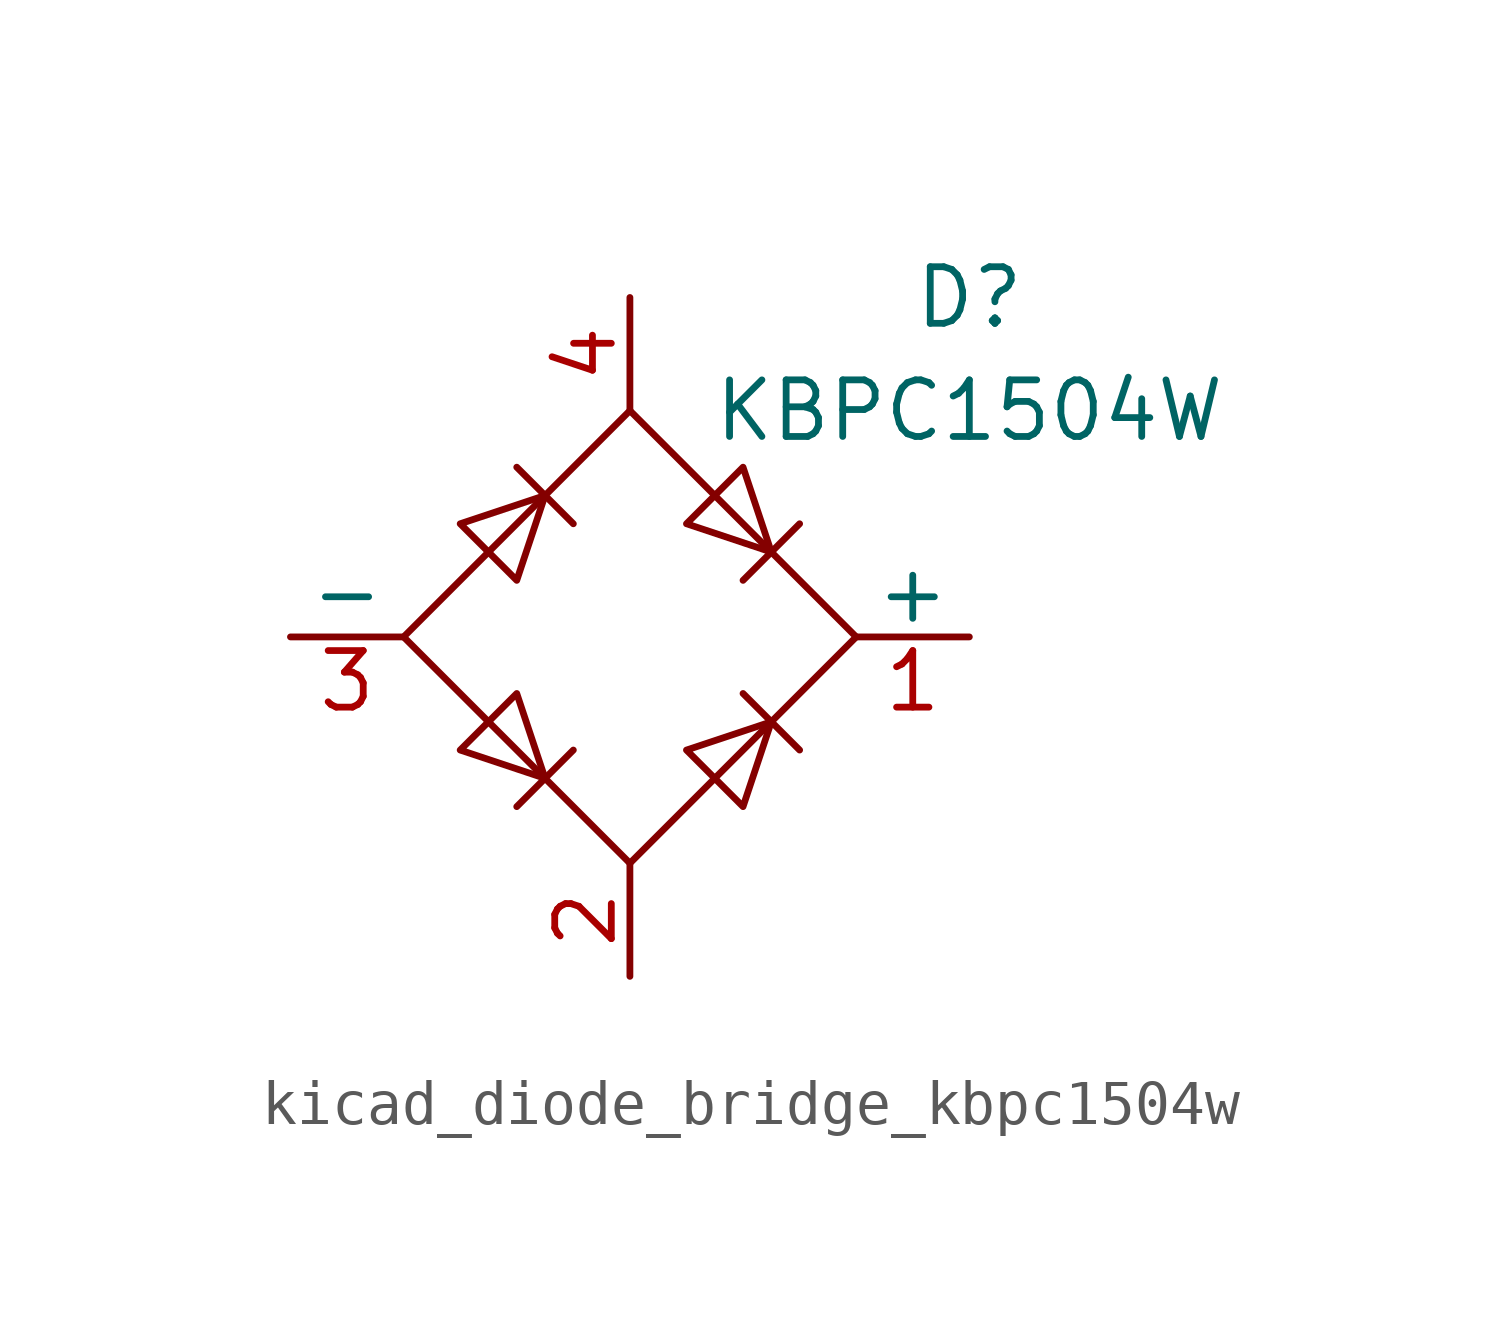
<source format=kicad_sym>
(kicad_symbol_lib
  (version 20220914)
  (generator kicad_symbol_editor)
  (symbol "kicad_diode_bridge_kbpc1504w"
    (pin_names
      (offset 0))
    (property "Reference" "D"
      (at 7.62 7.62 0)
      (effects (font (size 1.27 1.27))))
    (property "Value" "KBPC1504W"
      (at 7.62 5.08 0)
      (effects (font (size 1.27 1.27))))
    (symbol "kicad_diode_bridge_kbpc1504w_0_1"
      (polyline (pts (xy -2.54 3.81) (xy -1.27 2.54)) (stroke (width 0) (type default)) (fill (type none)))
      (polyline (pts (xy -1.27 -2.54) (xy -2.54 -3.81)) (stroke (width 0) (type default)) (fill (type none)))
      (polyline (pts (xy 2.54 -1.27) (xy 3.81 -2.54)) (stroke (width 0) (type default)) (fill (type none)))
      (polyline (pts (xy 2.54 1.27) (xy 3.81 2.54)) (stroke (width 0) (type default)) (fill (type none)))
      (polyline (pts (xy -3.81 2.54) (xy -2.54 1.27) (xy -1.905 3.175) (xy -3.81 2.54)) (stroke (width 0) (type default)) (fill (type none)))
      (polyline (pts (xy -2.54 -1.27) (xy -3.81 -2.54) (xy -1.905 -3.175) (xy -2.54 -1.27)) (stroke (width 0) (type default)) (fill (type none)))
      (polyline (pts (xy 1.27 2.54) (xy 2.54 3.81) (xy 3.175 1.905) (xy 1.27 2.54)) (stroke (width 0) (type default)) (fill (type none)))
      (polyline (pts (xy 3.175 -1.905) (xy 1.27 -2.54) (xy 2.54 -3.81) (xy 3.175 -1.905)) (stroke (width 0) (type default)) (fill (type none)))
      (polyline (pts (xy -5.08 0) (xy 0 -5.08) (xy 5.08 0) (xy 0 5.08) (xy -5.08 0)) (stroke (width 0) (type default)) (fill (type none))))
    (symbol "kicad_diode_bridge_kbpc1504w_1_1"
      (pin passive line (at 7.62 0 180) (length 2.54) (name "+" (effects (font (size 1.27 1.27)))) (number "1" (effects (font (size 1.27 1.27)))))
      (pin passive line (at 0 -7.62 90) (length 2.54) (name "~" (effects (font (size 1.27 1.27)))) (number "2" (effects (font (size 1.27 1.27)))))
      (pin passive line (at -7.62 0 0) (length 2.54) (name "-" (effects (font (size 1.27 1.27)))) (number "3" (effects (font (size 1.27 1.27)))))
      (pin passive line (at 0 7.62 270) (length 2.54) (name "~" (effects (font (size 1.27 1.27)))) (number "4" (effects (font (size 1.27 1.27))))))))
</source>
